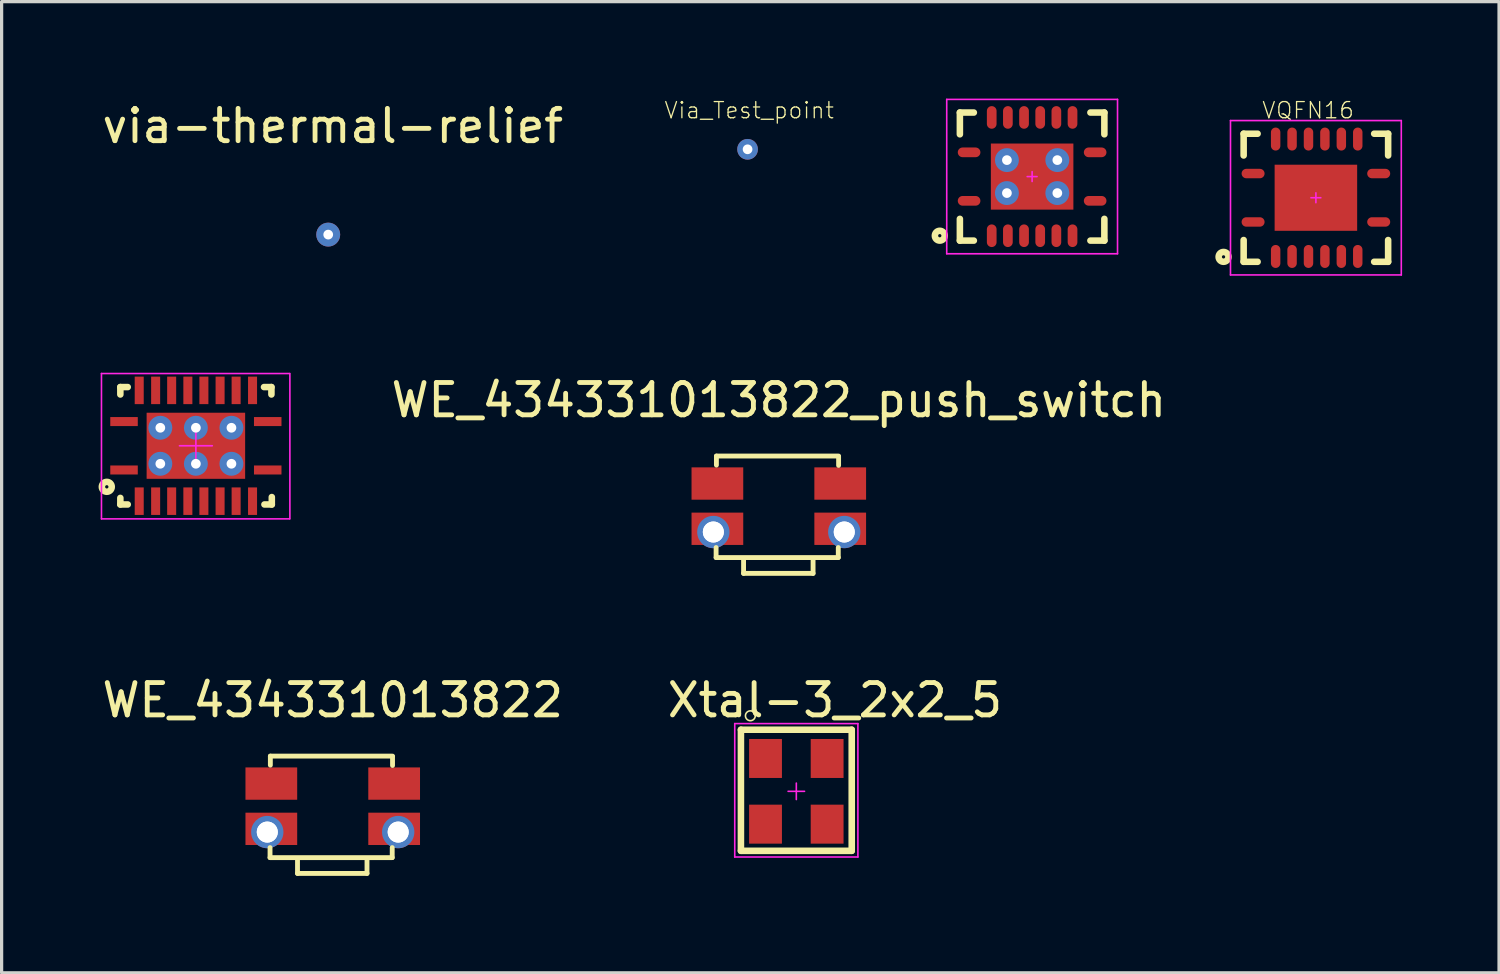
<source format=kicad_pcb>
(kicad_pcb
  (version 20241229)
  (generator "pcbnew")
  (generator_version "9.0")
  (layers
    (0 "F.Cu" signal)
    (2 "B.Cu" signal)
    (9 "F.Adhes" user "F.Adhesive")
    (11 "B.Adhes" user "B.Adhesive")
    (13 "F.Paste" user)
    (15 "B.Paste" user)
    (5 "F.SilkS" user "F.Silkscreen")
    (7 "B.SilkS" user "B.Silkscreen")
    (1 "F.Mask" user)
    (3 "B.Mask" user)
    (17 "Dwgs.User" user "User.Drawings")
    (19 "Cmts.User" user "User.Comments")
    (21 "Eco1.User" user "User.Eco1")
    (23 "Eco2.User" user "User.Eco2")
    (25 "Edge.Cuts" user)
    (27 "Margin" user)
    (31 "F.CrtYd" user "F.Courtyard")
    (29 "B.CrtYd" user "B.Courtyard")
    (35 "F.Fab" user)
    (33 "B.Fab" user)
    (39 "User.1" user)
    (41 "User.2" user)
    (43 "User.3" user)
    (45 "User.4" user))
  (footprint "VQFN16"
    (layer "F.Cu")
    (at 37.66 3.068)
    (property "Reference" "VQFN16" (at -0.241 -2.705 0) (layer "F.SilkS") (effects (font (size 0.5 0.5) (thickness 0.04))))
    (attr smd)
    (fp_line (start -2.235 -1.981) (end -2.235 -1.308) (stroke (width 0.203) (type solid)) (layer "F.SilkS"))
    (fp_line (start -2.235 -1.981) (end -1.803 -1.981) (stroke (width 0.203) (type solid)) (layer "F.SilkS"))
    (fp_line (start -2.235 1.308) (end -2.235 1.981) (stroke (width 0.203) (type solid)) (layer "F.SilkS"))
    (fp_line (start -2.235 1.981) (end -1.803 1.981) (stroke (width 0.203) (type solid)) (layer "F.SilkS"))
    (fp_line (start 1.803 -1.981) (end 2.235 -1.981) (stroke (width 0.203) (type solid)) (layer "F.SilkS"))
    (fp_line (start 1.803 1.981) (end 2.235 1.981) (stroke (width 0.203) (type solid)) (layer "F.SilkS"))
    (fp_line (start 2.235 -1.981) (end 2.235 -1.308) (stroke (width 0.203) (type solid)) (layer "F.SilkS"))
    (fp_line (start 2.235 1.308) (end 2.235 1.981) (stroke (width 0.203) (type solid)) (layer "F.SilkS"))
    (fp_circle (center -2.857 1.829) (end -2.705 1.829) (stroke (width 0.203) (type solid)) (fill no) (layer "F.SilkS"))
    (fp_line (start -2.642 -2.388) (end -2.642 2.388) (stroke (width 0.05) (type solid)) (layer "F.CrtYd"))
    (fp_line (start -2.642 -2.388) (end 2.642 -2.388) (stroke (width 0.05) (type solid)) (layer "F.CrtYd"))
    (fp_line (start -2.642 2.388) (end 2.642 2.388) (stroke (width 0.05) (type solid)) (layer "F.CrtYd"))
    (fp_line (start -0.152 0) (end 0.152 0) (stroke (width 0.05) (type solid)) (layer "F.CrtYd"))
    (fp_line (start 0 -0.152) (end 0 0.152) (stroke (width 0.05) (type solid)) (layer "F.CrtYd"))
    (fp_line (start 2.642 -2.388) (end 2.642 2.388) (stroke (width 0.05) (type solid)) (layer "F.CrtYd"))
    (pad "1" smd oval (at -1.943 0.749) (size 0.711 0.292) (layers "F.Cu" "F.Mask" "F.Paste"))
    (pad "2" smd oval (at -1.245 1.816 90) (size 0.711 0.292) (layers "F.Cu" "F.Mask" "F.Paste"))
    (pad "3" smd oval (at -0.737 1.816 90) (size 0.711 0.292) (layers "F.Cu" "F.Mask" "F.Paste"))
    (pad "4" smd oval (at -0.229 1.816 90) (size 0.711 0.292) (layers "F.Cu" "F.Mask" "F.Paste"))
    (pad "5" smd oval (at 0.279 1.816 90) (size 0.711 0.292) (layers "F.Cu" "F.Mask" "F.Paste"))
    (pad "6" smd oval (at 0.787 1.816 90) (size 0.711 0.292) (layers "F.Cu" "F.Mask" "F.Paste"))
    (pad "7" smd oval (at 1.295 1.816 90) (size 0.711 0.292) (layers "F.Cu" "F.Mask" "F.Paste"))
    (pad "8" smd oval (at 1.943 0.749) (size 0.711 0.292) (layers "F.Cu" "F.Mask" "F.Paste"))
    (pad "9" smd oval (at 1.943 -0.749) (size 0.711 0.292) (layers "F.Cu" "F.Mask" "F.Paste"))
    (pad "10" smd oval (at 1.295 -1.816 90) (size 0.711 0.292) (layers "F.Cu" "F.Mask" "F.Paste"))
    (pad "11" smd oval (at 0.787 -1.816 90) (size 0.711 0.292) (layers "F.Cu" "F.Mask" "F.Paste"))
    (pad "12" smd oval (at 0.279 -1.816 90) (size 0.711 0.292) (layers "F.Cu" "F.Mask" "F.Paste"))
    (pad "13" smd oval (at -0.229 -1.816 90) (size 0.711 0.292) (layers "F.Cu" "F.Mask" "F.Paste"))
    (pad "14" smd oval (at -0.737 -1.816 90) (size 0.711 0.292) (layers "F.Cu" "F.Mask" "F.Paste"))
    (pad "15" smd oval (at -1.245 -1.816 90) (size 0.711 0.292) (layers "F.Cu" "F.Mask" "F.Paste"))
    (pad "16" smd oval (at -1.943 -0.749) (size 0.711 0.292) (layers "F.Cu" "F.Mask" "F.Paste"))
    (pad "17" smd rect (at 0 0) (size 2.553 2.045) (layers "F.Cu" "F.Mask" "F.Paste")))
  (footprint "WE_434331013822"
    (layer "F.Cu")
    (at 7.244 21.892)
    (property "Reference" "WE_434331013822" (at 0 -3.28 0) (layer "F.SilkS") (effects (font (size 1 1) (thickness 0.15))))
    (attr through_hole)
    (fp_line (start -1.94 1.59) (end -1.94 1.28) (stroke (width 0.15) (type solid)) (layer "F.SilkS"))
    (fp_line (start -1.94 1.59) (end 1.84 1.59) (stroke (width 0.15) (type solid)) (layer "F.SilkS"))
    (fp_line (start -1.93 -1.55) (end 1.85 -1.55) (stroke (width 0.15) (type solid)) (layer "F.SilkS"))
    (fp_line (start -1.93 -1.27) (end -1.93 -1.55) (stroke (width 0.15) (type solid)) (layer "F.SilkS"))
    (fp_line (start -1.09 1.62) (end -1.09 2.08) (stroke (width 0.15) (type solid)) (layer "F.SilkS"))
    (fp_line (start -1.09 2.08) (end 1.06 2.08) (stroke (width 0.15) (type solid)) (layer "F.SilkS"))
    (fp_line (start 1.06 2.08) (end 1.06 1.62) (stroke (width 0.15) (type solid)) (layer "F.SilkS"))
    (fp_line (start 1.84 1.59) (end 1.84 1.28) (stroke (width 0.15) (type solid)) (layer "F.SilkS"))
    (fp_line (start 1.85 -1.53) (end 1.85 -1.26) (stroke (width 0.15) (type solid)) (layer "F.SilkS"))
    (pad "1" smd rect (at -1.9 -0.7) (size 1.6 1) (layers "F.Cu" "F.Mask" "F.Paste"))
    (pad "2" smd rect (at 1.9 -0.7) (size 1.6 1) (layers "F.Cu" "F.Mask" "F.Paste"))
    (pad "3" thru_hole circle (at -2.025 0.8) (size 0.8 0.8) (drill 0.65) (layers "*.Cu" "*.Mask"))
    (pad "3" thru_hole circle (at -2.025 0.8) (size 1 1) (drill 0.65) (layers "*.Mask" "B.Cu"))
    (pad "3" smd rect (at -1.9 0.7) (size 1.6 1) (layers "F.Cu" "F.Mask" "F.Paste"))
    (pad "4" smd rect (at 1.9 0.7) (size 1.6 1) (layers "F.Cu" "F.Mask" "F.Paste"))
    (pad "4" thru_hole circle (at 2.025 0.8) (size 0.8 0.8) (drill 0.65) (layers "*.Cu" "*.Mask"))
    (pad "4" thru_hole circle (at 2.025 0.8) (size 1 1) (drill 0.65) (layers "*.Mask" "B.Cu")))
  (footprint "WE_434331013822_push_switch"
    (layer "F.Cu")
    (at 21.044 12.609)
    (property "Reference" "WE_434331013822_push_switch" (at 0 -3.28 0) (layer "F.SilkS") (effects (font (size 1 1) (thickness 0.15))))
    (attr through_hole)
    (fp_line (start -1.94 1.59) (end -1.94 1.28) (stroke (width 0.15) (type solid)) (layer "F.SilkS"))
    (fp_line (start -1.94 1.59) (end 1.84 1.59) (stroke (width 0.15) (type solid)) (layer "F.SilkS"))
    (fp_line (start -1.93 -1.55) (end 1.85 -1.55) (stroke (width 0.15) (type solid)) (layer "F.SilkS"))
    (fp_line (start -1.93 -1.27) (end -1.93 -1.55) (stroke (width 0.15) (type solid)) (layer "F.SilkS"))
    (fp_line (start -1.09 1.62) (end -1.09 2.08) (stroke (width 0.15) (type solid)) (layer "F.SilkS"))
    (fp_line (start -1.09 2.08) (end 1.06 2.08) (stroke (width 0.15) (type solid)) (layer "F.SilkS"))
    (fp_line (start 1.06 2.08) (end 1.06 1.62) (stroke (width 0.15) (type solid)) (layer "F.SilkS"))
    (fp_line (start 1.84 1.59) (end 1.84 1.28) (stroke (width 0.15) (type solid)) (layer "F.SilkS"))
    (fp_line (start 1.85 -1.53) (end 1.85 -1.26) (stroke (width 0.15) (type solid)) (layer "F.SilkS"))
    (pad "1" smd rect (at -1.9 -0.7) (size 1.6 1) (layers "F.Cu" "F.Mask" "F.Paste"))
    (pad "2" smd rect (at 1.9 -0.7) (size 1.6 1) (layers "F.Cu" "F.Mask" "F.Paste"))
    (pad "3" thru_hole circle (at -2.025 0.8) (size 0.8 0.8) (drill 0.65) (layers "*.Cu" "*.Mask"))
    (pad "3" thru_hole circle (at -2.025 0.8) (size 1 1) (drill 0.65) (layers "*.Mask" "B.Cu"))
    (pad "3" smd rect (at -1.9 0.7) (size 1.6 1) (layers "F.Cu" "F.Mask" "F.Paste"))
    (pad "4" smd rect (at 1.9 0.7) (size 1.6 1) (layers "F.Cu" "F.Mask" "F.Paste"))
    (pad "4" thru_hole circle (at 2.025 0.8) (size 0.8 0.8) (drill 0.65) (layers "*.Cu" "*.Mask"))
    (pad "4" thru_hole circle (at 2.025 0.8) (size 1 1) (drill 0.65) (layers "*.Mask" "B.Cu")))
  (footprint "Via_Test_point"
    (layer "F.Cu")
    (at 20.078 1.569)
    (property "Reference" "Via_Test_point" (at 0.051 -1.206 0) (layer "F.SilkS") (effects (font (size 0.5 0.5) (thickness 0.04))))
    (attr smd)
    (pad "1" thru_hole circle (at 0 0) (size 0.64 0.64) (drill 0.3) (layers "*.Cu" "*.Mask")))
  (footprint "Xtal-3_2x2_5"
    (layer "F.Cu")
    (at 21.586 21.431)
    (property "Reference" "Xtal-3_2x2_5" (at 1.194 -2.819 0) (layer "F.SilkS") (effects (font (size 1 1) (thickness 0.15))))
    (attr smd)
    (fp_line (start -1.714 -1.905) (end 1.714 -1.905) (stroke (width 0.203) (type solid)) (layer "F.SilkS"))
    (fp_line (start -1.714 1.841) (end -1.714 -1.905) (stroke (width 0.203) (type solid)) (layer "F.SilkS"))
    (fp_line (start 1.714 -1.905) (end 1.714 1.841) (stroke (width 0.203) (type solid)) (layer "F.SilkS"))
    (fp_line (start 1.714 1.841) (end -1.714 1.841) (stroke (width 0.203) (type solid)) (layer "F.SilkS"))
    (fp_circle (center -1.422 -2.337) (end -1.27 -2.337) (stroke (width 0.05) (type solid)) (fill no) (layer "F.SilkS"))
    (fp_line (start -1.905 -2.095) (end 1.905 -2.095) (stroke (width 0.05) (type solid)) (layer "F.CrtYd"))
    (fp_line (start -1.905 2.032) (end -1.905 -2.095) (stroke (width 0.05) (type solid)) (layer "F.CrtYd"))
    (fp_line (start -0.254 0) (end 0.254 0) (stroke (width 0.05) (type solid)) (layer "F.CrtYd"))
    (fp_line (start 0 -0.254) (end 0 0.254) (stroke (width 0.05) (type solid)) (layer "F.CrtYd"))
    (fp_line (start 1.905 -2.095) (end 1.905 2.032) (stroke (width 0.05) (type solid)) (layer "F.CrtYd"))
    (fp_line (start 1.905 2.032) (end -1.905 2.032) (stroke (width 0.05) (type solid)) (layer "F.CrtYd"))
    (pad "1" smd rect (at -0.953 -1.016) (size 1.016 1.206) (layers "F.Cu" "F.Mask" "F.Paste"))
    (pad "2" smd rect (at -0.953 1.016) (size 1.016 1.206) (layers "F.Cu" "F.Mask" "F.Paste"))
    (pad "3" smd rect (at 0.953 1.016) (size 1.016 1.206) (layers "F.Cu" "F.Mask" "F.Paste"))
    (pad "4" smd rect (at 0.953 -1.016) (size 1.016 1.206) (layers "F.Cu" "F.Mask" "F.Paste")))
  (footprint "via-thermal-relief"
    (layer "F.Cu")
    (at 7.104 4.208)
    (property "Reference" "via-thermal-relief" (at 0.14 -3.36 0) (layer "F.SilkS") (effects (font (size 1 1) (thickness 0.15))))
    (attr through_hole)
    (pad "~" thru_hole circle (at 0 0) (size 0.74 0.74) (drill 0.3) (layers "*.Cu" "*.Mask")))
  (footprint "VQFN16_VIATP"
    (layer "F.Cu")
    (at 28.881 2.413)
    (property "Reference" "VQFN16_VIATP" (at 0.02 -0.01 0) (layer "Eco2.User") (effects (font (size 0.5 0.5) (thickness 0.04))))
    (attr smd)
    (fp_line (start -2.235 -1.981) (end -2.235 -1.308) (stroke (width 0.203) (type solid)) (layer "F.SilkS"))
    (fp_line (start -2.235 -1.981) (end -1.803 -1.981) (stroke (width 0.203) (type solid)) (layer "F.SilkS"))
    (fp_line (start -2.235 1.308) (end -2.235 1.981) (stroke (width 0.203) (type solid)) (layer "F.SilkS"))
    (fp_line (start -2.235 1.981) (end -1.803 1.981) (stroke (width 0.203) (type solid)) (layer "F.SilkS"))
    (fp_line (start 1.803 -1.981) (end 2.235 -1.981) (stroke (width 0.203) (type solid)) (layer "F.SilkS"))
    (fp_line (start 1.803 1.981) (end 2.235 1.981) (stroke (width 0.203) (type solid)) (layer "F.SilkS"))
    (fp_line (start 2.235 -1.981) (end 2.235 -1.308) (stroke (width 0.203) (type solid)) (layer "F.SilkS"))
    (fp_line (start 2.235 1.308) (end 2.235 1.981) (stroke (width 0.203) (type solid)) (layer "F.SilkS"))
    (fp_circle (center -2.857 1.829) (end -2.705 1.829) (stroke (width 0.203) (type solid)) (fill no) (layer "F.SilkS"))
    (fp_line (start -2.642 -2.388) (end -2.642 2.388) (stroke (width 0.05) (type solid)) (layer "F.CrtYd"))
    (fp_line (start -2.642 -2.388) (end 2.642 -2.388) (stroke (width 0.05) (type solid)) (layer "F.CrtYd"))
    (fp_line (start -2.642 2.388) (end 2.642 2.388) (stroke (width 0.05) (type solid)) (layer "F.CrtYd"))
    (fp_line (start -0.152 0) (end 0.152 0) (stroke (width 0.05) (type solid)) (layer "F.CrtYd"))
    (fp_line (start 0 -0.152) (end 0 0.152) (stroke (width 0.05) (type solid)) (layer "F.CrtYd"))
    (fp_line (start 2.642 -2.388) (end 2.642 2.388) (stroke (width 0.05) (type solid)) (layer "F.CrtYd"))
    (pad "1" smd oval (at -1.95 0.75) (size 0.7 0.3) (layers "F.Cu" "F.Mask" "F.Paste"))
    (pad "2" smd oval (at -1.25 1.83 90) (size 0.7 0.3) (layers "F.Cu" "F.Mask" "F.Paste"))
    (pad "3" smd oval (at -0.75 1.83 90) (size 0.7 0.3) (layers "F.Cu" "F.Mask" "F.Paste"))
    (pad "4" smd oval (at -0.25 1.83 90) (size 0.7 0.3) (layers "F.Cu" "F.Mask" "F.Paste"))
    (pad "5" smd oval (at 0.25 1.83 90) (size 0.7 0.3) (layers "F.Cu" "F.Mask" "F.Paste"))
    (pad "6" smd oval (at 0.75 1.83 90) (size 0.7 0.3) (layers "F.Cu" "F.Mask" "F.Paste"))
    (pad "7" smd oval (at 1.25 1.83 90) (size 0.7 0.3) (layers "F.Cu" "F.Mask" "F.Paste"))
    (pad "8" smd oval (at 1.95 0.75) (size 0.7 0.3) (layers "F.Cu" "F.Mask" "F.Paste"))
    (pad "9" smd oval (at 1.95 -0.75) (size 0.7 0.3) (layers "F.Cu" "F.Mask" "F.Paste"))
    (pad "10" smd oval (at 1.25 -1.83 90) (size 0.7 0.3) (layers "F.Cu" "F.Mask" "F.Paste"))
    (pad "11" smd oval (at 0.75 -1.83 90) (size 0.7 0.3) (layers "F.Cu" "F.Mask" "F.Paste"))
    (pad "12" smd oval (at 0.25 -1.83 90) (size 0.7 0.3) (layers "F.Cu" "F.Mask" "F.Paste"))
    (pad "13" smd oval (at -0.25 -1.83 90) (size 0.7 0.3) (layers "F.Cu" "F.Mask" "F.Paste"))
    (pad "14" smd oval (at -0.75 -1.83 90) (size 0.7 0.3) (layers "F.Cu" "F.Mask" "F.Paste"))
    (pad "15" smd oval (at -1.25 -1.83 90) (size 0.7 0.3) (layers "F.Cu" "F.Mask" "F.Paste"))
    (pad "16" smd oval (at -1.95 -0.75) (size 0.7 0.3) (layers "F.Cu" "F.Mask" "F.Paste"))
    (pad "17" thru_hole circle (at -0.78 -0.51) (size 0.74 0.74) (drill 0.3) (layers "*.Cu" "*.Mask"))
    (pad "17" thru_hole circle (at -0.78 0.51) (size 0.74 0.74) (drill 0.3) (layers "*.Cu" "*.Mask"))
    (pad "17" smd rect (at 0 0) (size 2.553 2.045) (layers "F.Cu" "F.Mask" "F.Paste"))
    (pad "17" thru_hole circle (at 0.78 -0.51) (size 0.74 0.74) (drill 0.3) (layers "*.Cu" "*.Mask"))
    (pad "17" thru_hole circle (at 0.78 0.51) (size 0.74 0.74) (drill 0.3) (layers "*.Cu" "*.Mask")))
  (footprint "VQFN20_VIATP"
    (layer "F.Cu")
    (at 3.01 10.741)
    (property "Reference" "VQFN20_VIATP" (at 0.014 0.002 0) (layer "Eco2.User") (effects (font (size 0.5 0.5) (thickness 0.04))))
    (attr smd)
    (fp_line (start -2.337 -1.816) (end -2.337 -1.587) (stroke (width 0.203) (type solid)) (layer "F.SilkS"))
    (fp_line (start -2.337 -1.816) (end -2.108 -1.816) (stroke (width 0.203) (type solid)) (layer "F.SilkS"))
    (fp_line (start -2.337 1.816) (end -2.337 1.613) (stroke (width 0.203) (type solid)) (layer "F.SilkS"))
    (fp_line (start -2.337 1.816) (end -2.108 1.816) (stroke (width 0.203) (type solid)) (layer "F.SilkS"))
    (fp_line (start 2.337 -1.816) (end 2.108 -1.816) (stroke (width 0.203) (type solid)) (layer "F.SilkS"))
    (fp_line (start 2.337 -1.816) (end 2.337 -1.587) (stroke (width 0.203) (type solid)) (layer "F.SilkS"))
    (fp_line (start 2.349 1.816) (end 2.121 1.816) (stroke (width 0.203) (type solid)) (layer "F.SilkS"))
    (fp_line (start 2.349 1.816) (end 2.349 1.587) (stroke (width 0.203) (type solid)) (layer "F.SilkS"))
    (fp_circle (center -2.756 1.27) (end -2.603 1.27) (stroke (width 0.203) (type solid)) (fill no) (layer "F.SilkS"))
    (fp_line (start -2.921 -2.235) (end 2.896 -2.235) (stroke (width 0.05) (type solid)) (layer "F.CrtYd"))
    (fp_line (start -2.921 2.261) (end -2.921 -2.235) (stroke (width 0.05) (type solid)) (layer "F.CrtYd"))
    (fp_line (start -2.921 2.261) (end 2.896 2.261) (stroke (width 0.05) (type solid)) (layer "F.CrtYd"))
    (fp_line (start -0.508 0) (end 0.508 0) (stroke (width 0.05) (type solid)) (layer "F.CrtYd"))
    (fp_line (start 0 -0.508) (end 0 0.508) (stroke (width 0.05) (type solid)) (layer "F.CrtYd"))
    (fp_line (start 2.908 -2.235) (end 2.908 2.261) (stroke (width 0.05) (type solid)) (layer "F.CrtYd"))
    (pad "1" smd rect (at -2.223 0.749) (size 0.851 0.279) (layers "F.Cu" "F.Mask" "F.Paste"))
    (pad "2" smd rect (at -1.753 1.714 90) (size 0.851 0.279) (layers "F.Cu" "F.Mask" "F.Paste"))
    (pad "3" smd rect (at -1.245 1.714 90) (size 0.851 0.279) (layers "F.Cu" "F.Mask" "F.Paste"))
    (pad "4" smd rect (at -0.749 1.714 90) (size 0.851 0.279) (layers "F.Cu" "F.Mask" "F.Paste"))
    (pad "5" smd rect (at -0.248 1.714 90) (size 0.851 0.279) (layers "F.Cu" "F.Mask" "F.Paste"))
    (pad "6" smd rect (at 0.248 1.714 90) (size 0.851 0.279) (layers "F.Cu" "F.Mask" "F.Paste"))
    (pad "7" smd rect (at 0.749 1.714 90) (size 0.851 0.279) (layers "F.Cu" "F.Mask" "F.Paste"))
    (pad "8" smd rect (at 1.245 1.714 90) (size 0.851 0.279) (layers "F.Cu" "F.Mask" "F.Paste"))
    (pad "9" smd rect (at 1.753 1.714 90) (size 0.851 0.279) (layers "F.Cu" "F.Mask" "F.Paste"))
    (pad "10" smd rect (at 2.223 0.749) (size 0.851 0.279) (layers "F.Cu" "F.Mask" "F.Paste"))
    (pad "11" smd rect (at 2.223 -0.749) (size 0.851 0.279) (layers "F.Cu" "F.Mask" "F.Paste"))
    (pad "12" smd rect (at 1.753 -1.714 90) (size 0.851 0.279) (layers "F.Cu" "F.Mask" "F.Paste"))
    (pad "13" smd rect (at 1.245 -1.714 90) (size 0.851 0.279) (layers "F.Cu" "F.Mask" "F.Paste"))
    (pad "14" smd rect (at 0.749 -1.714 90) (size 0.851 0.279) (layers "F.Cu" "F.Mask" "F.Paste"))
    (pad "15" smd rect (at 0.248 -1.714 90) (size 0.851 0.279) (layers "F.Cu" "F.Mask" "F.Paste"))
    (pad "16" smd rect (at -0.248 -1.714 90) (size 0.851 0.279) (layers "F.Cu" "F.Mask" "F.Paste"))
    (pad "17" smd rect (at -0.749 -1.714 90) (size 0.851 0.279) (layers "F.Cu" "F.Mask" "F.Paste"))
    (pad "18" smd rect (at -1.245 -1.714 90) (size 0.851 0.279) (layers "F.Cu" "F.Mask" "F.Paste"))
    (pad "19" smd rect (at -1.753 -1.714 90) (size 0.851 0.279) (layers "F.Cu" "F.Mask" "F.Paste"))
    (pad "20" smd rect (at -2.223 -0.749) (size 0.851 0.279) (layers "F.Cu" "F.Mask" "F.Paste"))
    (pad "21" thru_hole circle (at -1.1 -0.557) (size 0.74 0.74) (drill 0.3) (layers "*.Cu" "F.Mask"))
    (pad "21" thru_hole circle (at -1.1 0.557) (size 0.74 0.74) (drill 0.3) (layers "*.Cu" "F.Mask"))
    (pad "21" thru_hole circle (at 0 -0.557) (size 0.74 0.74) (drill 0.3) (layers "*.Cu" "F.Mask"))
    (pad "21" smd rect (at 0 0) (size 3.048 2.045) (layers "F.Cu" "F.Mask" "F.Paste"))
    (pad "21" thru_hole circle (at 0 0.557) (size 0.74 0.74) (drill 0.3) (layers "*.Cu" "F.Mask"))
    (pad "21" thru_hole circle (at 1.1 -0.557) (size 0.74 0.74) (drill 0.3) (layers "*.Cu" "F.Mask"))
    (pad "21" thru_hole circle (at 1.1 0.557) (size 0.74 0.74) (drill 0.3) (layers "*.Cu" "F.Mask")))
  (gr_rect
    (start -3 -3)
    (end 43.326 27.047)
    (stroke (width 0.1) (type default))
    (fill no)
    (layer "Edge.Cuts")))
</source>
